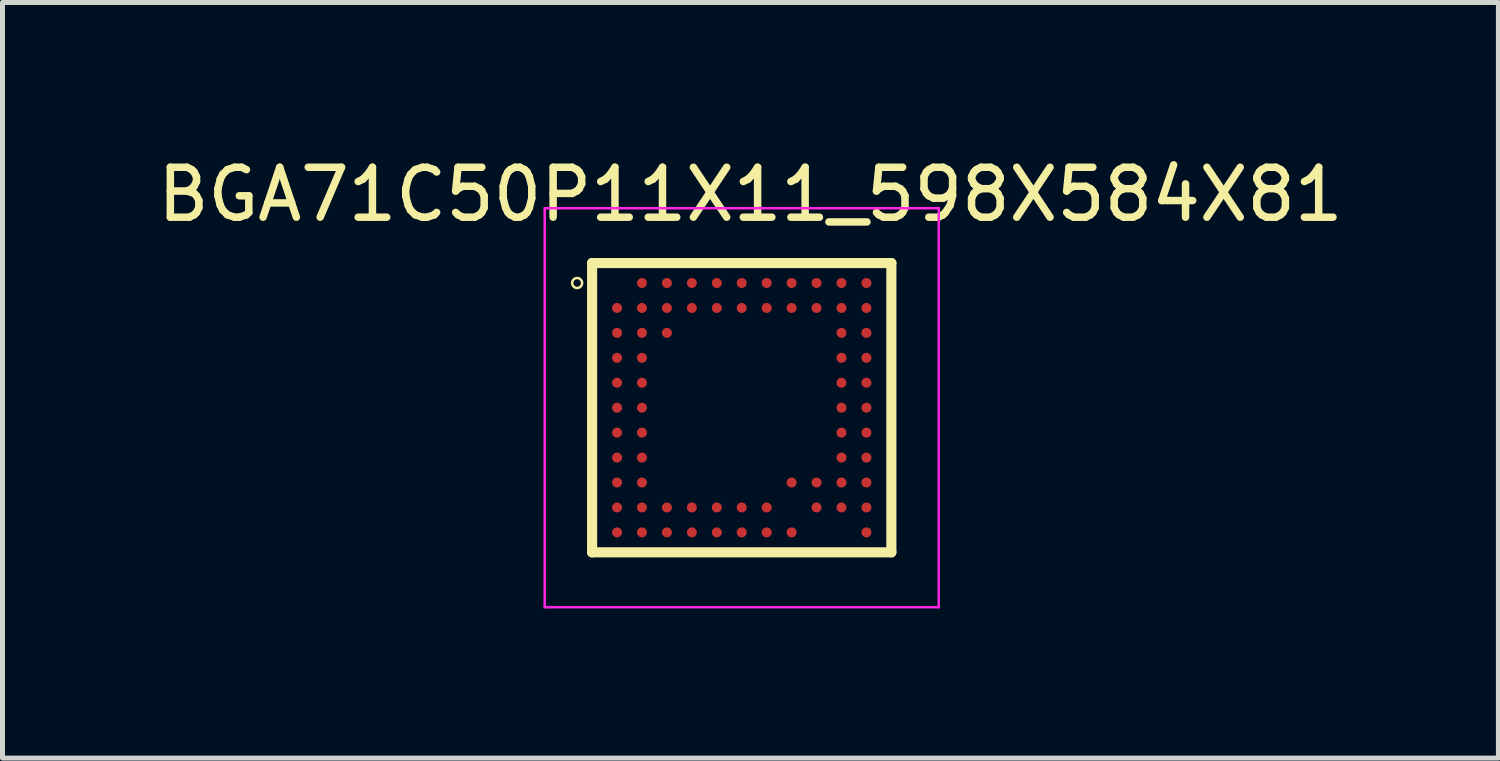
<source format=kicad_pcb>
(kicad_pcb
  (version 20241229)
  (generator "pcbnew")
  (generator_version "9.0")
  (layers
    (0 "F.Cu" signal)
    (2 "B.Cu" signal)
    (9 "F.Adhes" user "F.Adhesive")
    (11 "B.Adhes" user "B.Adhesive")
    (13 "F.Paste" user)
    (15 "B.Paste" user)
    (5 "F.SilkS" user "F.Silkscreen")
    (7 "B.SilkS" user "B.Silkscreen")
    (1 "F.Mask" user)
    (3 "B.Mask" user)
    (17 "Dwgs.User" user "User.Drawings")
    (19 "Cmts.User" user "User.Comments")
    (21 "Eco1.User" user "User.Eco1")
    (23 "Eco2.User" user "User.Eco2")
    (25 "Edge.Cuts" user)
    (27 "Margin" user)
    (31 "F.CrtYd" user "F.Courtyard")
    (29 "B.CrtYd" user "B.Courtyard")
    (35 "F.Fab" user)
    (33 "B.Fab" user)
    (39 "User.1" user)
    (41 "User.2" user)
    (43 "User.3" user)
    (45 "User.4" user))
  (footprint "BGA71C50P11X11_598X584X81"
    (layer "F.Cu")
    (at 11.821 5.124)
    (property "Reference" "BGA71C50P11X11_598X584X81" (at 0.175 -4.275 0) (layer "F.SilkS") (effects (font (size 1.001 1.001) (thickness 0.15))))
    (attr smd)
    (fp_circle (center -2.5 -2) (end -2.35 -2) (stroke (width 0) (type solid)) (fill yes) (layer "F.Mask"))
    (fp_circle (center -2.5 -1.5) (end -2.35 -1.5) (stroke (width 0) (type solid)) (fill yes) (layer "F.Mask"))
    (fp_circle (center -2.5 -1) (end -2.35 -1) (stroke (width 0) (type solid)) (fill yes) (layer "F.Mask"))
    (fp_circle (center -2.5 -0.5) (end -2.35 -0.5) (stroke (width 0) (type solid)) (fill yes) (layer "F.Mask"))
    (fp_circle (center -2.5 0) (end -2.35 0) (stroke (width 0) (type solid)) (fill yes) (layer "F.Mask"))
    (fp_circle (center -2.5 0.5) (end -2.35 0.5) (stroke (width 0) (type solid)) (fill yes) (layer "F.Mask"))
    (fp_circle (center -2.5 1) (end -2.35 1) (stroke (width 0) (type solid)) (fill yes) (layer "F.Mask"))
    (fp_circle (center -2.5 1.5) (end -2.35 1.5) (stroke (width 0) (type solid)) (fill yes) (layer "F.Mask"))
    (fp_circle (center -2.5 2) (end -2.35 2) (stroke (width 0) (type solid)) (fill yes) (layer "F.Mask"))
    (fp_circle (center -2.5 2.5) (end -2.35 2.5) (stroke (width 0) (type solid)) (fill yes) (layer "F.Mask"))
    (fp_circle (center -2 -2.5) (end -1.85 -2.5) (stroke (width 0) (type solid)) (fill yes) (layer "F.Mask"))
    (fp_circle (center -2 -2) (end -1.85 -2) (stroke (width 0) (type solid)) (fill yes) (layer "F.Mask"))
    (fp_circle (center -2 -1.5) (end -1.85 -1.5) (stroke (width 0) (type solid)) (fill yes) (layer "F.Mask"))
    (fp_circle (center -2 -1) (end -1.85 -1) (stroke (width 0) (type solid)) (fill yes) (layer "F.Mask"))
    (fp_circle (center -2 -0.5) (end -1.85 -0.5) (stroke (width 0) (type solid)) (fill yes) (layer "F.Mask"))
    (fp_circle (center -2 0) (end -1.85 0) (stroke (width 0) (type solid)) (fill yes) (layer "F.Mask"))
    (fp_circle (center -2 0.5) (end -1.85 0.5) (stroke (width 0) (type solid)) (fill yes) (layer "F.Mask"))
    (fp_circle (center -2 1) (end -1.85 1) (stroke (width 0) (type solid)) (fill yes) (layer "F.Mask"))
    (fp_circle (center -2 1.5) (end -1.85 1.5) (stroke (width 0) (type solid)) (fill yes) (layer "F.Mask"))
    (fp_circle (center -2 2) (end -1.85 2) (stroke (width 0) (type solid)) (fill yes) (layer "F.Mask"))
    (fp_circle (center -2 2.5) (end -1.85 2.5) (stroke (width 0) (type solid)) (fill yes) (layer "F.Mask"))
    (fp_circle (center -1.5 -2.5) (end -1.35 -2.5) (stroke (width 0) (type solid)) (fill yes) (layer "F.Mask"))
    (fp_circle (center -1.5 -2) (end -1.35 -2) (stroke (width 0) (type solid)) (fill yes) (layer "F.Mask"))
    (fp_circle (center -1.5 -1.5) (end -1.35 -1.5) (stroke (width 0) (type solid)) (fill yes) (layer "F.Mask"))
    (fp_circle (center -1.5 2) (end -1.35 2) (stroke (width 0) (type solid)) (fill yes) (layer "F.Mask"))
    (fp_circle (center -1.5 2.5) (end -1.35 2.5) (stroke (width 0) (type solid)) (fill yes) (layer "F.Mask"))
    (fp_circle (center -1 -2.5) (end -0.85 -2.5) (stroke (width 0) (type solid)) (fill yes) (layer "F.Mask"))
    (fp_circle (center -1 -2) (end -0.85 -2) (stroke (width 0) (type solid)) (fill yes) (layer "F.Mask"))
    (fp_circle (center -1 2) (end -0.85 2) (stroke (width 0) (type solid)) (fill yes) (layer "F.Mask"))
    (fp_circle (center -1 2.5) (end -0.85 2.5) (stroke (width 0) (type solid)) (fill yes) (layer "F.Mask"))
    (fp_circle (center -0.5 -2.5) (end -0.35 -2.5) (stroke (width 0) (type solid)) (fill yes) (layer "F.Mask"))
    (fp_circle (center -0.5 -2) (end -0.35 -2) (stroke (width 0) (type solid)) (fill yes) (layer "F.Mask"))
    (fp_circle (center -0.5 2) (end -0.35 2) (stroke (width 0) (type solid)) (fill yes) (layer "F.Mask"))
    (fp_circle (center -0.5 2.5) (end -0.35 2.5) (stroke (width 0) (type solid)) (fill yes) (layer "F.Mask"))
    (fp_circle (center 0 -2.5) (end 0.15 -2.5) (stroke (width 0) (type solid)) (fill yes) (layer "F.Mask"))
    (fp_circle (center 0 -2) (end 0.15 -2) (stroke (width 0) (type solid)) (fill yes) (layer "F.Mask"))
    (fp_circle (center 0 2) (end 0.15 2) (stroke (width 0) (type solid)) (fill yes) (layer "F.Mask"))
    (fp_circle (center 0 2.5) (end 0.15 2.5) (stroke (width 0) (type solid)) (fill yes) (layer "F.Mask"))
    (fp_circle (center 0.5 -2.5) (end 0.65 -2.5) (stroke (width 0) (type solid)) (fill yes) (layer "F.Mask"))
    (fp_circle (center 0.5 -2) (end 0.65 -2) (stroke (width 0) (type solid)) (fill yes) (layer "F.Mask"))
    (fp_circle (center 0.5 2) (end 0.65 2) (stroke (width 0) (type solid)) (fill yes) (layer "F.Mask"))
    (fp_circle (center 0.5 2.5) (end 0.65 2.5) (stroke (width 0) (type solid)) (fill yes) (layer "F.Mask"))
    (fp_circle (center 1 -2.5) (end 1.15 -2.5) (stroke (width 0) (type solid)) (fill yes) (layer "F.Mask"))
    (fp_circle (center 1 -2) (end 1.15 -2) (stroke (width 0) (type solid)) (fill yes) (layer "F.Mask"))
    (fp_circle (center 1 1.5) (end 1.15 1.5) (stroke (width 0) (type solid)) (fill yes) (layer "F.Mask"))
    (fp_circle (center 1 2.5) (end 1.15 2.5) (stroke (width 0) (type solid)) (fill yes) (layer "F.Mask"))
    (fp_circle (center 1.5 -2.5) (end 1.65 -2.5) (stroke (width 0) (type solid)) (fill yes) (layer "F.Mask"))
    (fp_circle (center 1.5 -2) (end 1.65 -2) (stroke (width 0) (type solid)) (fill yes) (layer "F.Mask"))
    (fp_circle (center 1.5 1.5) (end 1.65 1.5) (stroke (width 0) (type solid)) (fill yes) (layer "F.Mask"))
    (fp_circle (center 1.5 2) (end 1.65 2) (stroke (width 0) (type solid)) (fill yes) (layer "F.Mask"))
    (fp_circle (center 2 -2.5) (end 2.15 -2.5) (stroke (width 0) (type solid)) (fill yes) (layer "F.Mask"))
    (fp_circle (center 2 -2) (end 2.15 -2) (stroke (width 0) (type solid)) (fill yes) (layer "F.Mask"))
    (fp_circle (center 2 -1.5) (end 2.15 -1.5) (stroke (width 0) (type solid)) (fill yes) (layer "F.Mask"))
    (fp_circle (center 2 -1) (end 2.15 -1) (stroke (width 0) (type solid)) (fill yes) (layer "F.Mask"))
    (fp_circle (center 2 -0.5) (end 2.15 -0.5) (stroke (width 0) (type solid)) (fill yes) (layer "F.Mask"))
    (fp_circle (center 2 0) (end 2.15 0) (stroke (width 0) (type solid)) (fill yes) (layer "F.Mask"))
    (fp_circle (center 2 0.5) (end 2.15 0.5) (stroke (width 0) (type solid)) (fill yes) (layer "F.Mask"))
    (fp_circle (center 2 1) (end 2.15 1) (stroke (width 0) (type solid)) (fill yes) (layer "F.Mask"))
    (fp_circle (center 2 1.5) (end 2.15 1.5) (stroke (width 0) (type solid)) (fill yes) (layer "F.Mask"))
    (fp_circle (center 2 2) (end 2.15 2) (stroke (width 0) (type solid)) (fill yes) (layer "F.Mask"))
    (fp_circle (center 2.5 -2.5) (end 2.65 -2.5) (stroke (width 0) (type solid)) (fill yes) (layer "F.Mask"))
    (fp_circle (center 2.5 -2) (end 2.65 -2) (stroke (width 0) (type solid)) (fill yes) (layer "F.Mask"))
    (fp_circle (center 2.5 -1.5) (end 2.65 -1.5) (stroke (width 0) (type solid)) (fill yes) (layer "F.Mask"))
    (fp_circle (center 2.5 -1) (end 2.65 -1) (stroke (width 0) (type solid)) (fill yes) (layer "F.Mask"))
    (fp_circle (center 2.5 -0.5) (end 2.65 -0.5) (stroke (width 0) (type solid)) (fill yes) (layer "F.Mask"))
    (fp_circle (center 2.5 0) (end 2.65 0) (stroke (width 0) (type solid)) (fill yes) (layer "F.Mask"))
    (fp_circle (center 2.5 0.5) (end 2.65 0.5) (stroke (width 0) (type solid)) (fill yes) (layer "F.Mask"))
    (fp_circle (center 2.5 1) (end 2.65 1) (stroke (width 0) (type solid)) (fill yes) (layer "F.Mask"))
    (fp_circle (center 2.5 1.5) (end 2.65 1.5) (stroke (width 0) (type solid)) (fill yes) (layer "F.Mask"))
    (fp_circle (center 2.5 2) (end 2.65 2) (stroke (width 0) (type solid)) (fill yes) (layer "F.Mask"))
    (fp_circle (center 2.5 2.5) (end 2.65 2.5) (stroke (width 0) (type solid)) (fill yes) (layer "F.Mask"))
    (fp_line (start -3 -2.9) (end -3 2.9) (stroke (width 0.203) (type solid)) (layer "F.SilkS"))
    (fp_line (start -3 2.9) (end 3 2.9) (stroke (width 0.203) (type solid)) (layer "F.SilkS"))
    (fp_line (start 3 -2.9) (end -3 -2.9) (stroke (width 0.203) (type solid)) (layer "F.SilkS"))
    (fp_line (start 3 2.9) (end 3 -2.9) (stroke (width 0.203) (type solid)) (layer "F.SilkS"))
    (fp_circle (center -3.3 -2.5) (end -3.2 -2.5) (stroke (width 0.05) (type solid)) (fill no) (layer "F.SilkS"))
    (fp_circle (center -2.5 -2) (end -2.4 -2) (stroke (width 0) (type solid)) (fill yes) (layer "F.Paste"))
    (fp_circle (center -2.5 -1.5) (end -2.4 -1.5) (stroke (width 0) (type solid)) (fill yes) (layer "F.Paste"))
    (fp_circle (center -2.5 -1) (end -2.4 -1) (stroke (width 0) (type solid)) (fill yes) (layer "F.Paste"))
    (fp_circle (center -2.5 -0.5) (end -2.4 -0.5) (stroke (width 0) (type solid)) (fill yes) (layer "F.Paste"))
    (fp_circle (center -2.5 0) (end -2.4 0) (stroke (width 0) (type solid)) (fill yes) (layer "F.Paste"))
    (fp_circle (center -2.5 0.5) (end -2.4 0.5) (stroke (width 0) (type solid)) (fill yes) (layer "F.Paste"))
    (fp_circle (center -2.5 1) (end -2.4 1) (stroke (width 0) (type solid)) (fill yes) (layer "F.Paste"))
    (fp_circle (center -2.5 1.5) (end -2.4 1.5) (stroke (width 0) (type solid)) (fill yes) (layer "F.Paste"))
    (fp_circle (center -2.5 2) (end -2.4 2) (stroke (width 0) (type solid)) (fill yes) (layer "F.Paste"))
    (fp_circle (center -2.5 2.5) (end -2.4 2.5) (stroke (width 0) (type solid)) (fill yes) (layer "F.Paste"))
    (fp_circle (center -2 -2.5) (end -1.9 -2.5) (stroke (width 0) (type solid)) (fill yes) (layer "F.Paste"))
    (fp_circle (center -2 -2) (end -1.9 -2) (stroke (width 0) (type solid)) (fill yes) (layer "F.Paste"))
    (fp_circle (center -2 -1.5) (end -1.9 -1.5) (stroke (width 0) (type solid)) (fill yes) (layer "F.Paste"))
    (fp_circle (center -2 -1) (end -1.9 -1) (stroke (width 0) (type solid)) (fill yes) (layer "F.Paste"))
    (fp_circle (center -2 -0.5) (end -1.9 -0.5) (stroke (width 0) (type solid)) (fill yes) (layer "F.Paste"))
    (fp_circle (center -2 0) (end -1.9 0) (stroke (width 0) (type solid)) (fill yes) (layer "F.Paste"))
    (fp_circle (center -2 0.5) (end -1.9 0.5) (stroke (width 0) (type solid)) (fill yes) (layer "F.Paste"))
    (fp_circle (center -2 1) (end -1.9 1) (stroke (width 0) (type solid)) (fill yes) (layer "F.Paste"))
    (fp_circle (center -2 1.5) (end -1.9 1.5) (stroke (width 0) (type solid)) (fill yes) (layer "F.Paste"))
    (fp_circle (center -2 2) (end -1.9 2) (stroke (width 0) (type solid)) (fill yes) (layer "F.Paste"))
    (fp_circle (center -2 2.5) (end -1.9 2.5) (stroke (width 0) (type solid)) (fill yes) (layer "F.Paste"))
    (fp_circle (center -1.5 -2.5) (end -1.4 -2.5) (stroke (width 0) (type solid)) (fill yes) (layer "F.Paste"))
    (fp_circle (center -1.5 -2) (end -1.4 -2) (stroke (width 0) (type solid)) (fill yes) (layer "F.Paste"))
    (fp_circle (center -1.5 -1.5) (end -1.4 -1.5) (stroke (width 0) (type solid)) (fill yes) (layer "F.Paste"))
    (fp_circle (center -1.5 2) (end -1.4 2) (stroke (width 0) (type solid)) (fill yes) (layer "F.Paste"))
    (fp_circle (center -1.5 2.5) (end -1.4 2.5) (stroke (width 0) (type solid)) (fill yes) (layer "F.Paste"))
    (fp_circle (center -1 -2.5) (end -0.9 -2.5) (stroke (width 0) (type solid)) (fill yes) (layer "F.Paste"))
    (fp_circle (center -1 -2) (end -0.9 -2) (stroke (width 0) (type solid)) (fill yes) (layer "F.Paste"))
    (fp_circle (center -1 2) (end -0.9 2) (stroke (width 0) (type solid)) (fill yes) (layer "F.Paste"))
    (fp_circle (center -1 2.5) (end -0.9 2.5) (stroke (width 0) (type solid)) (fill yes) (layer "F.Paste"))
    (fp_circle (center -0.5 -2.5) (end -0.4 -2.5) (stroke (width 0) (type solid)) (fill yes) (layer "F.Paste"))
    (fp_circle (center -0.5 -2) (end -0.4 -2) (stroke (width 0) (type solid)) (fill yes) (layer "F.Paste"))
    (fp_circle (center -0.5 2) (end -0.4 2) (stroke (width 0) (type solid)) (fill yes) (layer "F.Paste"))
    (fp_circle (center -0.5 2.5) (end -0.4 2.5) (stroke (width 0) (type solid)) (fill yes) (layer "F.Paste"))
    (fp_circle (center 0 -2.5) (end 0.1 -2.5) (stroke (width 0) (type solid)) (fill yes) (layer "F.Paste"))
    (fp_circle (center 0 -2) (end 0.1 -2) (stroke (width 0) (type solid)) (fill yes) (layer "F.Paste"))
    (fp_circle (center 0 2) (end 0.1 2) (stroke (width 0) (type solid)) (fill yes) (layer "F.Paste"))
    (fp_circle (center 0 2.5) (end 0.1 2.5) (stroke (width 0) (type solid)) (fill yes) (layer "F.Paste"))
    (fp_circle (center 0.5 -2.5) (end 0.6 -2.5) (stroke (width 0) (type solid)) (fill yes) (layer "F.Paste"))
    (fp_circle (center 0.5 -2) (end 0.6 -2) (stroke (width 0) (type solid)) (fill yes) (layer "F.Paste"))
    (fp_circle (center 0.5 2) (end 0.6 2) (stroke (width 0) (type solid)) (fill yes) (layer "F.Paste"))
    (fp_circle (center 0.5 2.5) (end 0.6 2.5) (stroke (width 0) (type solid)) (fill yes) (layer "F.Paste"))
    (fp_circle (center 1 -2.5) (end 1.1 -2.5) (stroke (width 0) (type solid)) (fill yes) (layer "F.Paste"))
    (fp_circle (center 1 -2) (end 1.1 -2) (stroke (width 0) (type solid)) (fill yes) (layer "F.Paste"))
    (fp_circle (center 1 1.5) (end 1.1 1.5) (stroke (width 0) (type solid)) (fill yes) (layer "F.Paste"))
    (fp_circle (center 1 2.5) (end 1.1 2.5) (stroke (width 0) (type solid)) (fill yes) (layer "F.Paste"))
    (fp_circle (center 1.5 -2.5) (end 1.6 -2.5) (stroke (width 0) (type solid)) (fill yes) (layer "F.Paste"))
    (fp_circle (center 1.5 -2) (end 1.6 -2) (stroke (width 0) (type solid)) (fill yes) (layer "F.Paste"))
    (fp_circle (center 1.5 1.5) (end 1.6 1.5) (stroke (width 0) (type solid)) (fill yes) (layer "F.Paste"))
    (fp_circle (center 1.5 2) (end 1.6 2) (stroke (width 0) (type solid)) (fill yes) (layer "F.Paste"))
    (fp_circle (center 2 -2.5) (end 2.1 -2.5) (stroke (width 0) (type solid)) (fill yes) (layer "F.Paste"))
    (fp_circle (center 2 -2) (end 2.1 -2) (stroke (width 0) (type solid)) (fill yes) (layer "F.Paste"))
    (fp_circle (center 2 -1.5) (end 2.1 -1.5) (stroke (width 0) (type solid)) (fill yes) (layer "F.Paste"))
    (fp_circle (center 2 -1) (end 2.1 -1) (stroke (width 0) (type solid)) (fill yes) (layer "F.Paste"))
    (fp_circle (center 2 -0.5) (end 2.1 -0.5) (stroke (width 0) (type solid)) (fill yes) (layer "F.Paste"))
    (fp_circle (center 2 0) (end 2.1 0) (stroke (width 0) (type solid)) (fill yes) (layer "F.Paste"))
    (fp_circle (center 2 0.5) (end 2.1 0.5) (stroke (width 0) (type solid)) (fill yes) (layer "F.Paste"))
    (fp_circle (center 2 1) (end 2.1 1) (stroke (width 0) (type solid)) (fill yes) (layer "F.Paste"))
    (fp_circle (center 2 1.5) (end 2.1 1.5) (stroke (width 0) (type solid)) (fill yes) (layer "F.Paste"))
    (fp_circle (center 2 2) (end 2.1 2) (stroke (width 0) (type solid)) (fill yes) (layer "F.Paste"))
    (fp_circle (center 2.5 -2.5) (end 2.6 -2.5) (stroke (width 0) (type solid)) (fill yes) (layer "F.Paste"))
    (fp_circle (center 2.5 -2) (end 2.6 -2) (stroke (width 0) (type solid)) (fill yes) (layer "F.Paste"))
    (fp_circle (center 2.5 -1.5) (end 2.6 -1.5) (stroke (width 0) (type solid)) (fill yes) (layer "F.Paste"))
    (fp_circle (center 2.5 -1) (end 2.6 -1) (stroke (width 0) (type solid)) (fill yes) (layer "F.Paste"))
    (fp_circle (center 2.5 -0.5) (end 2.6 -0.5) (stroke (width 0) (type solid)) (fill yes) (layer "F.Paste"))
    (fp_circle (center 2.5 0) (end 2.6 0) (stroke (width 0) (type solid)) (fill yes) (layer "F.Paste"))
    (fp_circle (center 2.5 0.5) (end 2.6 0.5) (stroke (width 0) (type solid)) (fill yes) (layer "F.Paste"))
    (fp_circle (center 2.5 1) (end 2.6 1) (stroke (width 0) (type solid)) (fill yes) (layer "F.Paste"))
    (fp_circle (center 2.5 1.5) (end 2.6 1.5) (stroke (width 0) (type solid)) (fill yes) (layer "F.Paste"))
    (fp_circle (center 2.5 2) (end 2.6 2) (stroke (width 0) (type solid)) (fill yes) (layer "F.Paste"))
    (fp_circle (center 2.5 2.5) (end 2.6 2.5) (stroke (width 0) (type solid)) (fill yes) (layer "F.Paste"))
    (fp_line (start -3.95 -4) (end 3.95 -4) (stroke (width 0.05) (type solid)) (layer "F.CrtYd"))
    (fp_line (start -3.95 4) (end -3.95 -4) (stroke (width 0.05) (type solid)) (layer "F.CrtYd"))
    (fp_line (start 3.95 -4) (end 3.95 4) (stroke (width 0.05) (type solid)) (layer "F.CrtYd"))
    (fp_line (start 3.95 4) (end -3.95 4) (stroke (width 0.05) (type solid)) (layer "F.CrtYd"))
    (pad "A2" smd circle (at -2 -2.5) (size 0.2 0.2) (layers "F.Cu"))
    (pad "A3" smd circle (at -1.5 -2.5) (size 0.2 0.2) (layers "F.Cu"))
    (pad "A4" smd circle (at -1 -2.5) (size 0.2 0.2) (layers "F.Cu"))
    (pad "A5" smd circle (at -0.5 -2.5) (size 0.2 0.2) (layers "F.Cu"))
    (pad "A6" smd circle (at 0 -2.5) (size 0.2 0.2) (layers "F.Cu"))
    (pad "A7" smd circle (at 0.5 -2.5) (size 0.2 0.2) (layers "F.Cu"))
    (pad "A8" smd circle (at 1 -2.5) (size 0.2 0.2) (layers "F.Cu"))
    (pad "A9" smd circle (at 1.5 -2.5) (size 0.2 0.2) (layers "F.Cu"))
    (pad "A10" smd circle (at 2 -2.5) (size 0.2 0.2) (layers "F.Cu"))
    (pad "A11" smd circle (at 2.5 -2.5) (size 0.2 0.2) (layers "F.Cu"))
    (pad "B1" smd circle (at -2.5 -2) (size 0.2 0.2) (layers "F.Cu"))
    (pad "B2" smd circle (at -2 -2) (size 0.2 0.2) (layers "F.Cu"))
    (pad "B3" smd circle (at -1.5 -2) (size 0.2 0.2) (layers "F.Cu"))
    (pad "B4" smd circle (at -1 -2) (size 0.2 0.2) (layers "F.Cu"))
    (pad "B5" smd circle (at -0.5 -2) (size 0.2 0.2) (layers "F.Cu"))
    (pad "B6" smd circle (at 0 -2) (size 0.2 0.2) (layers "F.Cu"))
    (pad "B7" smd circle (at 0.5 -2) (size 0.2 0.2) (layers "F.Cu"))
    (pad "B8" smd circle (at 1 -2) (size 0.2 0.2) (layers "F.Cu"))
    (pad "B9" smd circle (at 1.5 -2) (size 0.2 0.2) (layers "F.Cu"))
    (pad "B10" smd circle (at 2 -2) (size 0.2 0.2) (layers "F.Cu"))
    (pad "B11" smd circle (at 2.5 -2) (size 0.2 0.2) (layers "F.Cu"))
    (pad "C1" smd circle (at -2.5 -1.5) (size 0.2 0.2) (layers "F.Cu"))
    (pad "C2" smd circle (at -2 -1.5) (size 0.2 0.2) (layers "F.Cu"))
    (pad "C3" smd circle (at -1.5 -1.5) (size 0.2 0.2) (layers "F.Cu"))
    (pad "C10" smd circle (at 2 -1.5) (size 0.2 0.2) (layers "F.Cu"))
    (pad "C11" smd circle (at 2.5 -1.5) (size 0.2 0.2) (layers "F.Cu"))
    (pad "D1" smd circle (at -2.5 -1) (size 0.2 0.2) (layers "F.Cu"))
    (pad "D2" smd circle (at -2 -1) (size 0.2 0.2) (layers "F.Cu"))
    (pad "D10" smd circle (at 2 -1) (size 0.2 0.2) (layers "F.Cu"))
    (pad "D11" smd circle (at 2.5 -1) (size 0.2 0.2) (layers "F.Cu"))
    (pad "E1" smd circle (at -2.5 -0.5) (size 0.2 0.2) (layers "F.Cu"))
    (pad "E2" smd circle (at -2 -0.5) (size 0.2 0.2) (layers "F.Cu"))
    (pad "E10" smd circle (at 2 -0.5) (size 0.2 0.2) (layers "F.Cu"))
    (pad "E11" smd circle (at 2.5 -0.5) (size 0.2 0.2) (layers "F.Cu"))
    (pad "F1" smd circle (at -2.5 0) (size 0.2 0.2) (layers "F.Cu"))
    (pad "F2" smd circle (at -2 0) (size 0.2 0.2) (layers "F.Cu"))
    (pad "F10" smd circle (at 2 0) (size 0.2 0.2) (layers "F.Cu"))
    (pad "F11" smd circle (at 2.5 0) (size 0.2 0.2) (layers "F.Cu"))
    (pad "G1" smd circle (at -2.5 0.5) (size 0.2 0.2) (layers "F.Cu"))
    (pad "G2" smd circle (at -2 0.5) (size 0.2 0.2) (layers "F.Cu"))
    (pad "G10" smd circle (at 2 0.5) (size 0.2 0.2) (layers "F.Cu"))
    (pad "G11" smd circle (at 2.5 0.5) (size 0.2 0.2) (layers "F.Cu"))
    (pad "H1" smd circle (at -2.5 1) (size 0.2 0.2) (layers "F.Cu"))
    (pad "H2" smd circle (at -2 1) (size 0.2 0.2) (layers "F.Cu"))
    (pad "H10" smd circle (at 2 1) (size 0.2 0.2) (layers "F.Cu"))
    (pad "H11" smd circle (at 2.5 1) (size 0.2 0.2) (layers "F.Cu"))
    (pad "I1" smd circle (at -2.5 1.5) (size 0.2 0.2) (layers "F.Cu"))
    (pad "I2" smd circle (at -2 1.5) (size 0.2 0.2) (layers "F.Cu"))
    (pad "I8" smd circle (at 1 1.5) (size 0.2 0.2) (layers "F.Cu"))
    (pad "I9" smd circle (at 1.5 1.5) (size 0.2 0.2) (layers "F.Cu"))
    (pad "I10" smd circle (at 2 1.5) (size 0.2 0.2) (layers "F.Cu"))
    (pad "I11" smd circle (at 2.5 1.5) (size 0.2 0.2) (layers "F.Cu"))
    (pad "J1" smd circle (at -2.5 2) (size 0.2 0.2) (layers "F.Cu"))
    (pad "J2" smd circle (at -2 2) (size 0.2 0.2) (layers "F.Cu"))
    (pad "J3" smd circle (at -1.5 2) (size 0.2 0.2) (layers "F.Cu"))
    (pad "J4" smd circle (at -1 2) (size 0.2 0.2) (layers "F.Cu"))
    (pad "J5" smd circle (at -0.5 2) (size 0.2 0.2) (layers "F.Cu"))
    (pad "J6" smd circle (at 0 2) (size 0.2 0.2) (layers "F.Cu"))
    (pad "J7" smd circle (at 0.5 2) (size 0.2 0.2) (layers "F.Cu"))
    (pad "J9" smd circle (at 1.5 2) (size 0.2 0.2) (layers "F.Cu"))
    (pad "J10" smd circle (at 2 2) (size 0.2 0.2) (layers "F.Cu"))
    (pad "J11" smd circle (at 2.5 2) (size 0.2 0.2) (layers "F.Cu"))
    (pad "K1" smd circle (at -2.5 2.5) (size 0.2 0.2) (layers "F.Cu"))
    (pad "K2" smd circle (at -2 2.5) (size 0.2 0.2) (layers "F.Cu"))
    (pad "K3" smd circle (at -1.5 2.5) (size 0.2 0.2) (layers "F.Cu"))
    (pad "K4" smd circle (at -1 2.5) (size 0.2 0.2) (layers "F.Cu"))
    (pad "K5" smd circle (at -0.5 2.5) (size 0.2 0.2) (layers "F.Cu"))
    (pad "K6" smd circle (at 0 2.5) (size 0.2 0.2) (layers "F.Cu"))
    (pad "K7" smd circle (at 0.5 2.5) (size 0.2 0.2) (layers "F.Cu"))
    (pad "K8" smd circle (at 1 2.5) (size 0.2 0.2) (layers "F.Cu"))
    (pad "K11" smd circle (at 2.5 2.5) (size 0.2 0.2) (layers "F.Cu")))
  (gr_rect
    (start -3 -3)
    (end 26.992 12.149)
    (stroke (width 0.1) (type default))
    (fill no)
    (layer "Edge.Cuts")))
</source>
